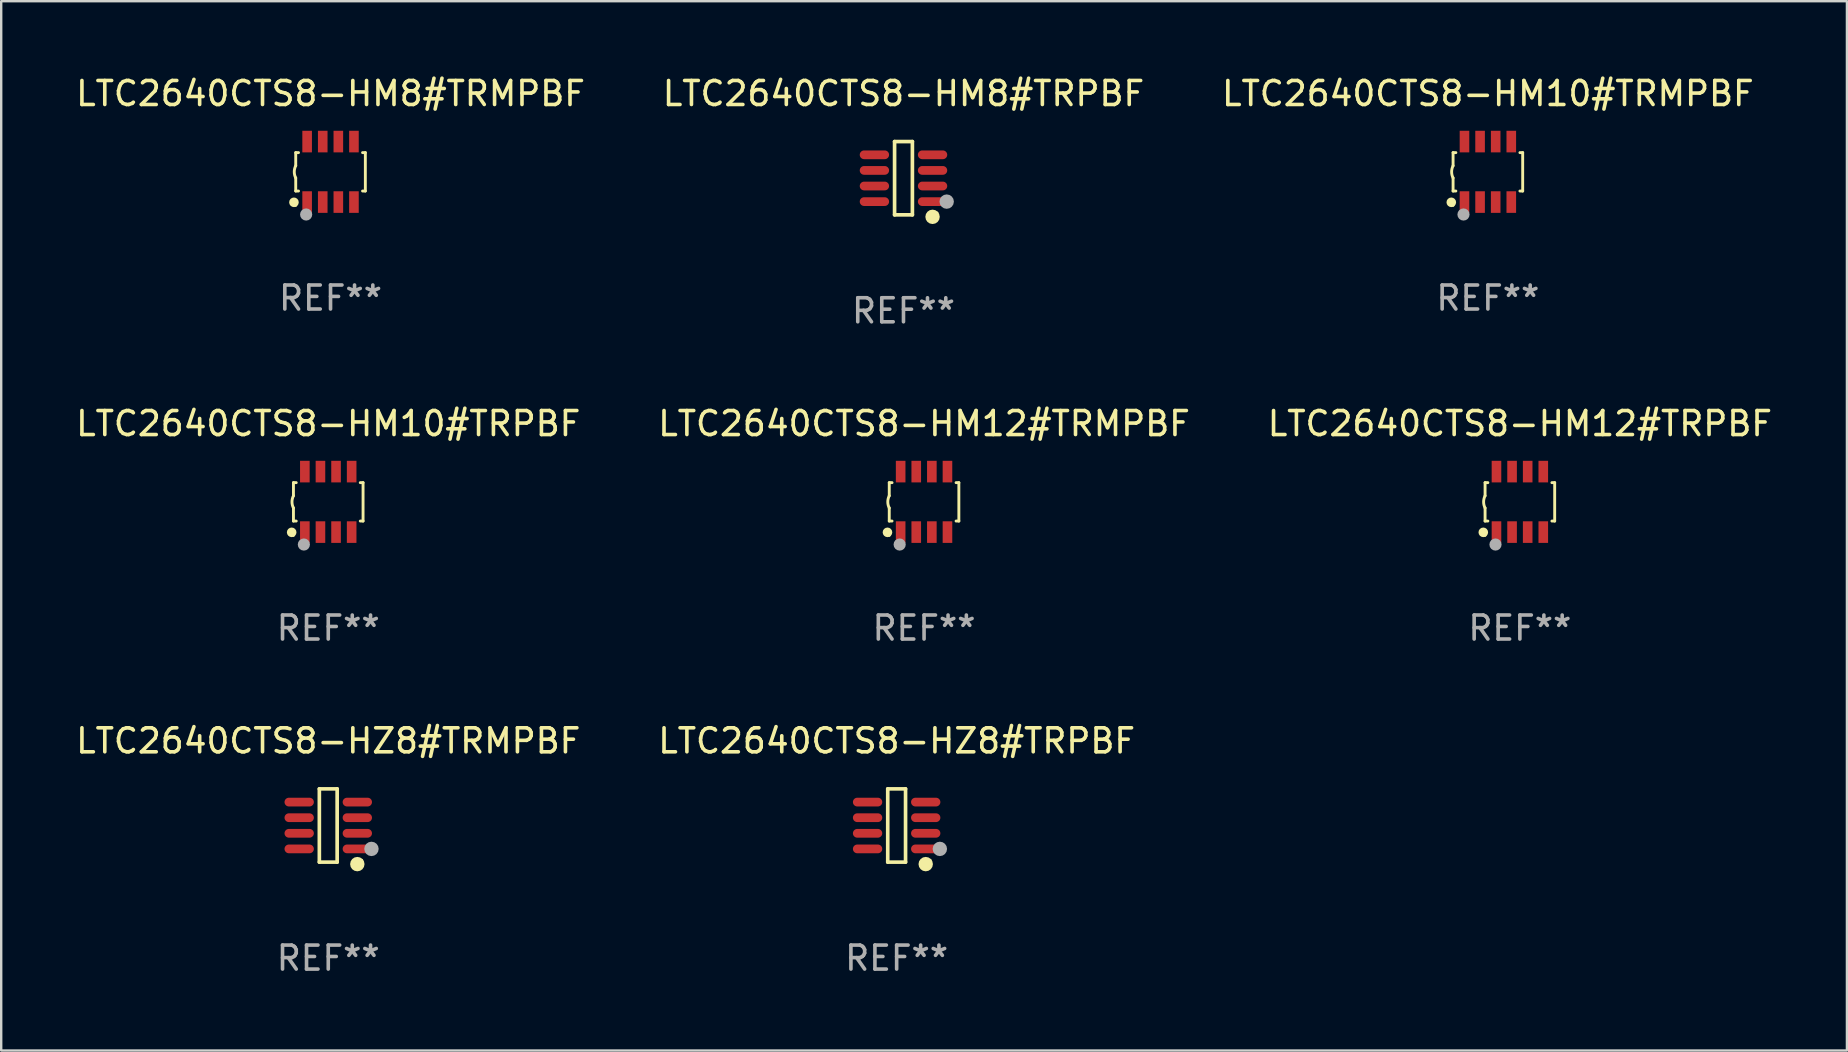
<source format=kicad_pcb>
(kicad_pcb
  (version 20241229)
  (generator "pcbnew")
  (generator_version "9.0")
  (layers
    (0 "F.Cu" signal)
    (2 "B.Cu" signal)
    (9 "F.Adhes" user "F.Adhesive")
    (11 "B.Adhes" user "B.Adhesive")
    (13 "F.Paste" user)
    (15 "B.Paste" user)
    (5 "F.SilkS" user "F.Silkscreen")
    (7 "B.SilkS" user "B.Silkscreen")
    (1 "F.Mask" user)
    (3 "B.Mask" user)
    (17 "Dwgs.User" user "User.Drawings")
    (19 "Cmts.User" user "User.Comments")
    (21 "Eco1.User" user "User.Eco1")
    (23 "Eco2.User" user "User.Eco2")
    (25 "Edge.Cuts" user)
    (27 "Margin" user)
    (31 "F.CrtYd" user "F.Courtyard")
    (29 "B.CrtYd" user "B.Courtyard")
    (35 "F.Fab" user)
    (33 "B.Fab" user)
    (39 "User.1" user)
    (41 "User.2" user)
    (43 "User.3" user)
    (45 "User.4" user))
  (footprint "LTC2640CTS8-HM10#TRPBF"
    (layer "F.Cu")
    (at 10.625 17.857)
    (property "Reference" "LTC2640CTS8-HM10#TRPBF" (at 0 -3.26 0) (layer "F.SilkS") (effects (font (size 1 1) (thickness 0.15))))
    (attr through_hole)
    (fp_line (start -1.45 -0.8) (end -1.45 -0.254) (stroke (width 0.12) (type solid)) (layer "F.SilkS"))
    (fp_line (start -1.45 -0.8) (end -1.334 -0.8) (stroke (width 0.12) (type solid)) (layer "F.SilkS"))
    (fp_line (start -1.45 0.8) (end -1.45 0.254) (stroke (width 0.12) (type solid)) (layer "F.SilkS"))
    (fp_line (start -1.45 0.8) (end -1.334 0.8) (stroke (width 0.12) (type solid)) (layer "F.SilkS"))
    (fp_line (start 1.334 -0.8) (end 1.45 -0.8) (stroke (width 0.12) (type solid)) (layer "F.SilkS"))
    (fp_line (start 1.334 0.8) (end 1.45 0.8) (stroke (width 0.12) (type solid)) (layer "F.SilkS"))
    (fp_line (start 1.45 0.8) (end 1.45 -0.8) (stroke (width 0.12) (type solid)) (layer "F.SilkS"))
    (fp_arc (start -1.45075 0.255144) (mid -1.510605 0.000434) (end -1.450013 -0.254102) (stroke (width 0.11999) (type solid)) (layer "F.SilkS"))
    (fp_circle (center -1.524 1.27) (end -1.424 1.27) (stroke (width 0.2) (type solid)) (fill no) (layer "F.SilkS"))
    (fp_circle (center -1.45 1.4) (end -1.42 1.4) (stroke (width 0.06) (type solid)) (fill no) (layer "F.SilkS"))
    (fp_circle (center -1.016 1.778) (end -0.889 1.778) (stroke (width 0.254) (type solid)) (fill no) (layer "F.Fab"))
    (fp_text user "REF**" (at 0 5.26 0) (layer "F.Fab") (effects (font (size 1 1) (thickness 0.15))))
    (pad "1" smd rect (at -0.975 1.26) (size 0.4 0.9) (layers "F.Cu" "F.Mask" "F.Paste"))
    (pad "2" smd rect (at -0.325 1.26) (size 0.4 0.9) (layers "F.Cu" "F.Mask" "F.Paste"))
    (pad "3" smd rect (at 0.325 1.26) (size 0.4 0.9) (layers "F.Cu" "F.Mask" "F.Paste"))
    (pad "4" smd rect (at 0.975 1.26) (size 0.4 0.9) (layers "F.Cu" "F.Mask" "F.Paste"))
    (pad "5" smd rect (at 0.975 -1.26) (size 0.4 0.9) (layers "F.Cu" "F.Mask" "F.Paste"))
    (pad "6" smd rect (at 0.325 -1.26) (size 0.4 0.9) (layers "F.Cu" "F.Mask" "F.Paste"))
    (pad "7" smd rect (at -0.325 -1.26) (size 0.4 0.9) (layers "F.Cu" "F.Mask" "F.Paste"))
    (pad "8" smd rect (at -0.975 -1.26) (size 0.4 0.9) (layers "F.Cu" "F.Mask" "F.Paste")))
  (footprint "LTC2640CTS8-HM12#TRMPBF"
    (layer "F.Cu")
    (at 35.446 17.857)
    (property "Reference" "LTC2640CTS8-HM12#TRMPBF" (at 0 -3.26 0) (layer "F.SilkS") (effects (font (size 1 1) (thickness 0.15))))
    (attr through_hole)
    (fp_line (start -1.45 -0.8) (end -1.45 -0.254) (stroke (width 0.12) (type solid)) (layer "F.SilkS"))
    (fp_line (start -1.45 -0.8) (end -1.334 -0.8) (stroke (width 0.12) (type solid)) (layer "F.SilkS"))
    (fp_line (start -1.45 0.8) (end -1.45 0.254) (stroke (width 0.12) (type solid)) (layer "F.SilkS"))
    (fp_line (start -1.45 0.8) (end -1.334 0.8) (stroke (width 0.12) (type solid)) (layer "F.SilkS"))
    (fp_line (start 1.334 -0.8) (end 1.45 -0.8) (stroke (width 0.12) (type solid)) (layer "F.SilkS"))
    (fp_line (start 1.334 0.8) (end 1.45 0.8) (stroke (width 0.12) (type solid)) (layer "F.SilkS"))
    (fp_line (start 1.45 0.8) (end 1.45 -0.8) (stroke (width 0.12) (type solid)) (layer "F.SilkS"))
    (fp_arc (start -1.45075 0.255144) (mid -1.510605 0.000434) (end -1.450013 -0.254102) (stroke (width 0.11999) (type solid)) (layer "F.SilkS"))
    (fp_circle (center -1.524 1.27) (end -1.424 1.27) (stroke (width 0.2) (type solid)) (fill no) (layer "F.SilkS"))
    (fp_circle (center -1.45 1.4) (end -1.42 1.4) (stroke (width 0.06) (type solid)) (fill no) (layer "F.SilkS"))
    (fp_circle (center -1.016 1.778) (end -0.889 1.778) (stroke (width 0.254) (type solid)) (fill no) (layer "F.Fab"))
    (fp_text user "REF**" (at 0 5.26 0) (layer "F.Fab") (effects (font (size 1 1) (thickness 0.15))))
    (pad "1" smd rect (at -0.975 1.26) (size 0.4 0.9) (layers "F.Cu" "F.Mask" "F.Paste"))
    (pad "2" smd rect (at -0.325 1.26) (size 0.4 0.9) (layers "F.Cu" "F.Mask" "F.Paste"))
    (pad "3" smd rect (at 0.325 1.26) (size 0.4 0.9) (layers "F.Cu" "F.Mask" "F.Paste"))
    (pad "4" smd rect (at 0.975 1.26) (size 0.4 0.9) (layers "F.Cu" "F.Mask" "F.Paste"))
    (pad "5" smd rect (at 0.975 -1.26) (size 0.4 0.9) (layers "F.Cu" "F.Mask" "F.Paste"))
    (pad "6" smd rect (at 0.325 -1.26) (size 0.4 0.9) (layers "F.Cu" "F.Mask" "F.Paste"))
    (pad "7" smd rect (at -0.325 -1.26) (size 0.4 0.9) (layers "F.Cu" "F.Mask" "F.Paste"))
    (pad "8" smd rect (at -0.975 -1.26) (size 0.4 0.9) (layers "F.Cu" "F.Mask" "F.Paste")))
  (footprint "LTC2640CTS8-HM8#TRMPBF"
    (layer "F.Cu")
    (at 10.72 4.108)
    (property "Reference" "LTC2640CTS8-HM8#TRMPBF" (at 0 -3.26 0) (layer "F.SilkS") (effects (font (size 1 1) (thickness 0.15))))
    (attr through_hole)
    (fp_line (start -1.45 -0.8) (end -1.45 -0.254) (stroke (width 0.12) (type solid)) (layer "F.SilkS"))
    (fp_line (start -1.45 -0.8) (end -1.334 -0.8) (stroke (width 0.12) (type solid)) (layer "F.SilkS"))
    (fp_line (start -1.45 0.8) (end -1.45 0.254) (stroke (width 0.12) (type solid)) (layer "F.SilkS"))
    (fp_line (start -1.45 0.8) (end -1.334 0.8) (stroke (width 0.12) (type solid)) (layer "F.SilkS"))
    (fp_line (start 1.334 -0.8) (end 1.45 -0.8) (stroke (width 0.12) (type solid)) (layer "F.SilkS"))
    (fp_line (start 1.334 0.8) (end 1.45 0.8) (stroke (width 0.12) (type solid)) (layer "F.SilkS"))
    (fp_line (start 1.45 0.8) (end 1.45 -0.8) (stroke (width 0.12) (type solid)) (layer "F.SilkS"))
    (fp_arc (start -1.45075 0.255144) (mid -1.510605 0.000434) (end -1.450013 -0.254102) (stroke (width 0.11999) (type solid)) (layer "F.SilkS"))
    (fp_circle (center -1.524 1.27) (end -1.424 1.27) (stroke (width 0.2) (type solid)) (fill no) (layer "F.SilkS"))
    (fp_circle (center -1.45 1.4) (end -1.42 1.4) (stroke (width 0.06) (type solid)) (fill no) (layer "F.SilkS"))
    (fp_circle (center -1.016 1.778) (end -0.889 1.778) (stroke (width 0.254) (type solid)) (fill no) (layer "F.Fab"))
    (fp_text user "REF**" (at 0 5.26 0) (layer "F.Fab") (effects (font (size 1 1) (thickness 0.15))))
    (pad "1" smd rect (at -0.975 1.26) (size 0.4 0.9) (layers "F.Cu" "F.Mask" "F.Paste"))
    (pad "2" smd rect (at -0.325 1.26) (size 0.4 0.9) (layers "F.Cu" "F.Mask" "F.Paste"))
    (pad "3" smd rect (at 0.325 1.26) (size 0.4 0.9) (layers "F.Cu" "F.Mask" "F.Paste"))
    (pad "4" smd rect (at 0.975 1.26) (size 0.4 0.9) (layers "F.Cu" "F.Mask" "F.Paste"))
    (pad "5" smd rect (at 0.975 -1.26) (size 0.4 0.9) (layers "F.Cu" "F.Mask" "F.Paste"))
    (pad "6" smd rect (at 0.325 -1.26) (size 0.4 0.9) (layers "F.Cu" "F.Mask" "F.Paste"))
    (pad "7" smd rect (at -0.325 -1.26) (size 0.4 0.9) (layers "F.Cu" "F.Mask" "F.Paste"))
    (pad "8" smd rect (at -0.975 -1.26) (size 0.4 0.9) (layers "F.Cu" "F.Mask" "F.Paste")))
  (footprint "LTC2640CTS8-HM12#TRPBF"
    (layer "F.Cu")
    (at 60.268 17.857)
    (property "Reference" "LTC2640CTS8-HM12#TRPBF" (at 0 -3.26 0) (layer "F.SilkS") (effects (font (size 1 1) (thickness 0.15))))
    (attr through_hole)
    (fp_line (start -1.45 -0.8) (end -1.45 -0.254) (stroke (width 0.12) (type solid)) (layer "F.SilkS"))
    (fp_line (start -1.45 -0.8) (end -1.334 -0.8) (stroke (width 0.12) (type solid)) (layer "F.SilkS"))
    (fp_line (start -1.45 0.8) (end -1.45 0.254) (stroke (width 0.12) (type solid)) (layer "F.SilkS"))
    (fp_line (start -1.45 0.8) (end -1.334 0.8) (stroke (width 0.12) (type solid)) (layer "F.SilkS"))
    (fp_line (start 1.334 -0.8) (end 1.45 -0.8) (stroke (width 0.12) (type solid)) (layer "F.SilkS"))
    (fp_line (start 1.334 0.8) (end 1.45 0.8) (stroke (width 0.12) (type solid)) (layer "F.SilkS"))
    (fp_line (start 1.45 0.8) (end 1.45 -0.8) (stroke (width 0.12) (type solid)) (layer "F.SilkS"))
    (fp_arc (start -1.45075 0.255144) (mid -1.510605 0.000434) (end -1.450013 -0.254102) (stroke (width 0.11999) (type solid)) (layer "F.SilkS"))
    (fp_circle (center -1.524 1.27) (end -1.424 1.27) (stroke (width 0.2) (type solid)) (fill no) (layer "F.SilkS"))
    (fp_circle (center -1.45 1.4) (end -1.42 1.4) (stroke (width 0.06) (type solid)) (fill no) (layer "F.SilkS"))
    (fp_circle (center -1.016 1.778) (end -0.889 1.778) (stroke (width 0.254) (type solid)) (fill no) (layer "F.Fab"))
    (fp_text user "REF**" (at 0 5.26 0) (layer "F.Fab") (effects (font (size 1 1) (thickness 0.15))))
    (pad "1" smd rect (at -0.975 1.26) (size 0.4 0.9) (layers "F.Cu" "F.Mask" "F.Paste"))
    (pad "2" smd rect (at -0.325 1.26) (size 0.4 0.9) (layers "F.Cu" "F.Mask" "F.Paste"))
    (pad "3" smd rect (at 0.325 1.26) (size 0.4 0.9) (layers "F.Cu" "F.Mask" "F.Paste"))
    (pad "4" smd rect (at 0.975 1.26) (size 0.4 0.9) (layers "F.Cu" "F.Mask" "F.Paste"))
    (pad "5" smd rect (at 0.975 -1.26) (size 0.4 0.9) (layers "F.Cu" "F.Mask" "F.Paste"))
    (pad "6" smd rect (at 0.325 -1.26) (size 0.4 0.9) (layers "F.Cu" "F.Mask" "F.Paste"))
    (pad "7" smd rect (at -0.325 -1.26) (size 0.4 0.9) (layers "F.Cu" "F.Mask" "F.Paste"))
    (pad "8" smd rect (at -0.975 -1.26) (size 0.4 0.9) (layers "F.Cu" "F.Mask" "F.Paste")))
  (footprint "LTC2640CTS8-HM10#TRMPBF"
    (layer "F.Cu")
    (at 58.935 4.108)
    (property "Reference" "LTC2640CTS8-HM10#TRMPBF" (at 0 -3.26 0) (layer "F.SilkS") (effects (font (size 1 1) (thickness 0.15))))
    (attr through_hole)
    (fp_line (start -1.45 -0.8) (end -1.45 -0.254) (stroke (width 0.12) (type solid)) (layer "F.SilkS"))
    (fp_line (start -1.45 -0.8) (end -1.334 -0.8) (stroke (width 0.12) (type solid)) (layer "F.SilkS"))
    (fp_line (start -1.45 0.8) (end -1.45 0.254) (stroke (width 0.12) (type solid)) (layer "F.SilkS"))
    (fp_line (start -1.45 0.8) (end -1.334 0.8) (stroke (width 0.12) (type solid)) (layer "F.SilkS"))
    (fp_line (start 1.334 -0.8) (end 1.45 -0.8) (stroke (width 0.12) (type solid)) (layer "F.SilkS"))
    (fp_line (start 1.334 0.8) (end 1.45 0.8) (stroke (width 0.12) (type solid)) (layer "F.SilkS"))
    (fp_line (start 1.45 0.8) (end 1.45 -0.8) (stroke (width 0.12) (type solid)) (layer "F.SilkS"))
    (fp_arc (start -1.45075 0.255144) (mid -1.510605 0.000434) (end -1.450013 -0.254102) (stroke (width 0.11999) (type solid)) (layer "F.SilkS"))
    (fp_circle (center -1.524 1.27) (end -1.424 1.27) (stroke (width 0.2) (type solid)) (fill no) (layer "F.SilkS"))
    (fp_circle (center -1.45 1.4) (end -1.42 1.4) (stroke (width 0.06) (type solid)) (fill no) (layer "F.SilkS"))
    (fp_circle (center -1.016 1.778) (end -0.889 1.778) (stroke (width 0.254) (type solid)) (fill no) (layer "F.Fab"))
    (fp_text user "REF**" (at 0 5.26 0) (layer "F.Fab") (effects (font (size 1 1) (thickness 0.15))))
    (pad "1" smd rect (at -0.975 1.26) (size 0.4 0.9) (layers "F.Cu" "F.Mask" "F.Paste"))
    (pad "2" smd rect (at -0.325 1.26) (size 0.4 0.9) (layers "F.Cu" "F.Mask" "F.Paste"))
    (pad "3" smd rect (at 0.325 1.26) (size 0.4 0.9) (layers "F.Cu" "F.Mask" "F.Paste"))
    (pad "4" smd rect (at 0.975 1.26) (size 0.4 0.9) (layers "F.Cu" "F.Mask" "F.Paste"))
    (pad "5" smd rect (at 0.975 -1.26) (size 0.4 0.9) (layers "F.Cu" "F.Mask" "F.Paste"))
    (pad "6" smd rect (at 0.325 -1.26) (size 0.4 0.9) (layers "F.Cu" "F.Mask" "F.Paste"))
    (pad "7" smd rect (at -0.325 -1.26) (size 0.4 0.9) (layers "F.Cu" "F.Mask" "F.Paste"))
    (pad "8" smd rect (at -0.975 -1.26) (size 0.4 0.9) (layers "F.Cu" "F.Mask" "F.Paste")))
  (footprint "LTC2640CTS8-HM8#TRPBF"
    (layer "F.Cu")
    (at 34.589 4.374)
    (property "Reference" "LTC2640CTS8-HM8#TRPBF" (at 0 -3.526 0) (layer "F.SilkS") (effects (font (size 1 1) (thickness 0.15))))
    (attr through_hole)
    (fp_line (start -0.371 -1.526) (end 0.371 -1.526) (stroke (width 0.152) (type solid)) (layer "F.SilkS"))
    (fp_line (start -0.371 1.526) (end -0.371 -1.526) (stroke (width 0.152) (type solid)) (layer "F.SilkS"))
    (fp_line (start 0.371 -1.526) (end 0.371 1.526) (stroke (width 0.152) (type solid)) (layer "F.SilkS"))
    (fp_line (start 0.371 1.526) (end -0.371 1.526) (stroke (width 0.152) (type solid)) (layer "F.SilkS"))
    (fp_circle (center 1.211 1.609) (end 1.361 1.609) (stroke (width 0.3) (type solid)) (fill no) (layer "F.SilkS"))
    (fp_circle (center 1.4 1.45) (end 1.43 1.45) (stroke (width 0.06) (type solid)) (fill no) (layer "F.SilkS"))
    (fp_circle (center 1.8 0.975) (end 1.95 0.975) (stroke (width 0.3) (type solid)) (fill no) (layer "F.Fab"))
    (fp_text user "REF**" (at 0 5.526 0) (layer "F.Fab") (effects (font (size 1 1) (thickness 0.15))))
    (pad "1" smd oval (at 1.211 0.975) (size 1.222 0.364) (layers "F.Cu" "F.Mask" "F.Paste"))
    (pad "2" smd oval (at 1.211 0.325) (size 1.222 0.364) (layers "F.Cu" "F.Mask" "F.Paste"))
    (pad "3" smd oval (at 1.211 -0.325) (size 1.222 0.364) (layers "F.Cu" "F.Mask" "F.Paste"))
    (pad "4" smd oval (at 1.211 -0.975) (size 1.222 0.364) (layers "F.Cu" "F.Mask" "F.Paste"))
    (pad "5" smd oval (at -1.211 -0.975) (size 1.222 0.364) (layers "F.Cu" "F.Mask" "F.Paste"))
    (pad "6" smd oval (at -1.211 -0.325) (size 1.222 0.364) (layers "F.Cu" "F.Mask" "F.Paste"))
    (pad "7" smd oval (at -1.211 0.325) (size 1.222 0.364) (layers "F.Cu" "F.Mask" "F.Paste"))
    (pad "8" smd oval (at -1.211 0.975) (size 1.222 0.364) (layers "F.Cu" "F.Mask" "F.Paste")))
  (footprint "LTC2640CTS8-HZ8#TRPBF"
    (layer "F.Cu")
    (at 34.304 31.34)
    (property "Reference" "LTC2640CTS8-HZ8#TRPBF" (at 0 -3.526 0) (layer "F.SilkS") (effects (font (size 1 1) (thickness 0.15))))
    (attr through_hole)
    (fp_line (start -0.371 -1.526) (end 0.371 -1.526) (stroke (width 0.152) (type solid)) (layer "F.SilkS"))
    (fp_line (start -0.371 1.526) (end -0.371 -1.526) (stroke (width 0.152) (type solid)) (layer "F.SilkS"))
    (fp_line (start 0.371 -1.526) (end 0.371 1.526) (stroke (width 0.152) (type solid)) (layer "F.SilkS"))
    (fp_line (start 0.371 1.526) (end -0.371 1.526) (stroke (width 0.152) (type solid)) (layer "F.SilkS"))
    (fp_circle (center 1.211 1.609) (end 1.361 1.609) (stroke (width 0.3) (type solid)) (fill no) (layer "F.SilkS"))
    (fp_circle (center 1.4 1.45) (end 1.43 1.45) (stroke (width 0.06) (type solid)) (fill no) (layer "F.SilkS"))
    (fp_circle (center 1.8 0.975) (end 1.95 0.975) (stroke (width 0.3) (type solid)) (fill no) (layer "F.Fab"))
    (fp_text user "REF**" (at 0 5.526 0) (layer "F.Fab") (effects (font (size 1 1) (thickness 0.15))))
    (pad "1" smd oval (at 1.211 0.975) (size 1.222 0.364) (layers "F.Cu" "F.Mask" "F.Paste"))
    (pad "2" smd oval (at 1.211 0.325) (size 1.222 0.364) (layers "F.Cu" "F.Mask" "F.Paste"))
    (pad "3" smd oval (at 1.211 -0.325) (size 1.222 0.364) (layers "F.Cu" "F.Mask" "F.Paste"))
    (pad "4" smd oval (at 1.211 -0.975) (size 1.222 0.364) (layers "F.Cu" "F.Mask" "F.Paste"))
    (pad "5" smd oval (at -1.211 -0.975) (size 1.222 0.364) (layers "F.Cu" "F.Mask" "F.Paste"))
    (pad "6" smd oval (at -1.211 -0.325) (size 1.222 0.364) (layers "F.Cu" "F.Mask" "F.Paste"))
    (pad "7" smd oval (at -1.211 0.325) (size 1.222 0.364) (layers "F.Cu" "F.Mask" "F.Paste"))
    (pad "8" smd oval (at -1.211 0.975) (size 1.222 0.364) (layers "F.Cu" "F.Mask" "F.Paste")))
  (footprint "LTC2640CTS8-HZ8#TRMPBF"
    (layer "F.Cu")
    (at 10.625 31.34)
    (property "Reference" "LTC2640CTS8-HZ8#TRMPBF" (at 0 -3.526 0) (layer "F.SilkS") (effects (font (size 1 1) (thickness 0.15))))
    (attr through_hole)
    (fp_line (start -0.371 -1.526) (end 0.371 -1.526) (stroke (width 0.152) (type solid)) (layer "F.SilkS"))
    (fp_line (start -0.371 1.526) (end -0.371 -1.526) (stroke (width 0.152) (type solid)) (layer "F.SilkS"))
    (fp_line (start 0.371 -1.526) (end 0.371 1.526) (stroke (width 0.152) (type solid)) (layer "F.SilkS"))
    (fp_line (start 0.371 1.526) (end -0.371 1.526) (stroke (width 0.152) (type solid)) (layer "F.SilkS"))
    (fp_circle (center 1.211 1.609) (end 1.361 1.609) (stroke (width 0.3) (type solid)) (fill no) (layer "F.SilkS"))
    (fp_circle (center 1.4 1.45) (end 1.43 1.45) (stroke (width 0.06) (type solid)) (fill no) (layer "F.SilkS"))
    (fp_circle (center 1.8 0.975) (end 1.95 0.975) (stroke (width 0.3) (type solid)) (fill no) (layer "F.Fab"))
    (fp_text user "REF**" (at 0 5.526 0) (layer "F.Fab") (effects (font (size 1 1) (thickness 0.15))))
    (pad "1" smd oval (at 1.211 0.975) (size 1.222 0.364) (layers "F.Cu" "F.Mask" "F.Paste"))
    (pad "2" smd oval (at 1.211 0.325) (size 1.222 0.364) (layers "F.Cu" "F.Mask" "F.Paste"))
    (pad "3" smd oval (at 1.211 -0.325) (size 1.222 0.364) (layers "F.Cu" "F.Mask" "F.Paste"))
    (pad "4" smd oval (at 1.211 -0.975) (size 1.222 0.364) (layers "F.Cu" "F.Mask" "F.Paste"))
    (pad "5" smd oval (at -1.211 -0.975) (size 1.222 0.364) (layers "F.Cu" "F.Mask" "F.Paste"))
    (pad "6" smd oval (at -1.211 -0.325) (size 1.222 0.364) (layers "F.Cu" "F.Mask" "F.Paste"))
    (pad "7" smd oval (at -1.211 0.325) (size 1.222 0.364) (layers "F.Cu" "F.Mask" "F.Paste"))
    (pad "8" smd oval (at -1.211 0.975) (size 1.222 0.364) (layers "F.Cu" "F.Mask" "F.Paste")))
  (gr_rect
    (start -3 -3)
    (end 73.893 40.714)
    (stroke (width 0.1) (type default))
    (fill no)
    (layer "Edge.Cuts")))
</source>
